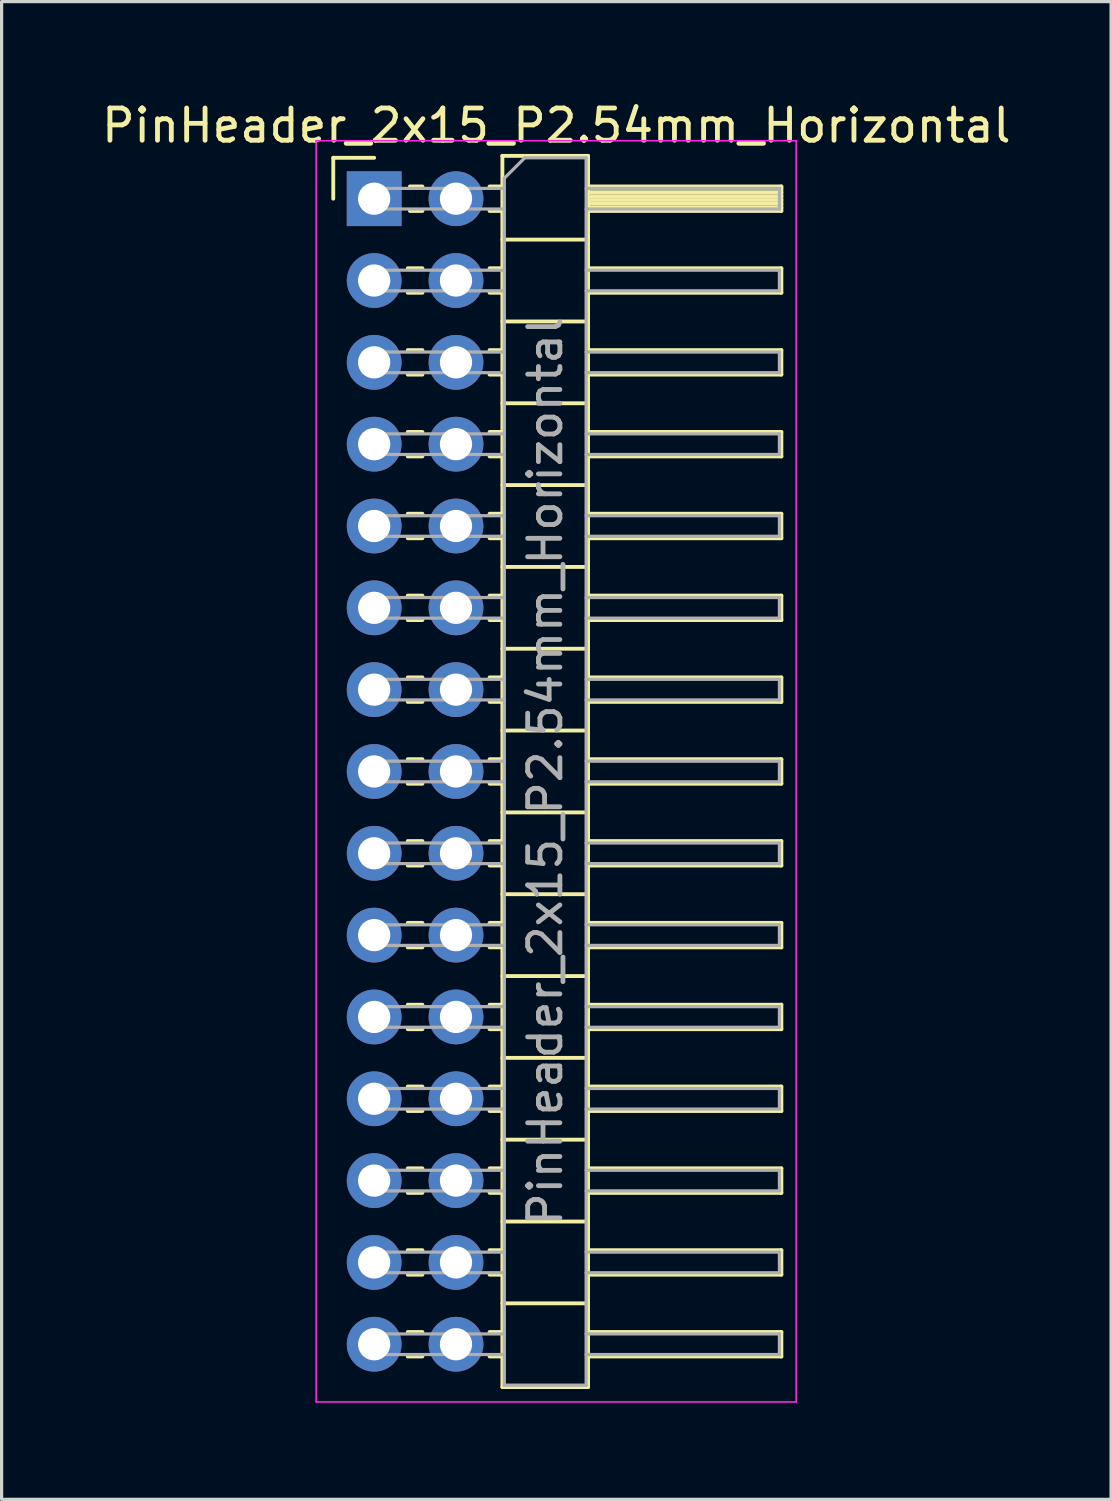
<source format=kicad_pcb>
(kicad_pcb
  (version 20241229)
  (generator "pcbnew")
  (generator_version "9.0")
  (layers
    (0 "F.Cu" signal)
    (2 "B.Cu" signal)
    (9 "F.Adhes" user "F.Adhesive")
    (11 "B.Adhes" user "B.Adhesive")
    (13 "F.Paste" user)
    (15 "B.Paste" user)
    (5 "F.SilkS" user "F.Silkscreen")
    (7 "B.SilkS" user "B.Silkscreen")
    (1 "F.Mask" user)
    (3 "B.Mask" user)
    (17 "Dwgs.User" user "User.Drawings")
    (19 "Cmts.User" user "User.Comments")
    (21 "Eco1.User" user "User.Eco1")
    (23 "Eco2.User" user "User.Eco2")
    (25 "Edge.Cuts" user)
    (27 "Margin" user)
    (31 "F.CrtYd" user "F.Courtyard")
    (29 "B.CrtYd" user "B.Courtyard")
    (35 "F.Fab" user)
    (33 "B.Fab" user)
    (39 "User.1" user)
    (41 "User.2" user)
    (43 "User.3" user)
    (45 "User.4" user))
  (footprint "PinHeader_2x15_P2.54mm_Horizontal"
    (layer "F.Cu")
    (at 8.565 3.118)
    (property "Reference" "PinHeader_2x15_P2.54mm_Horizontal" (at 5.655 -2.27 0) (layer "F.SilkS") (effects (font (size 1 1) (thickness 0.15))))
    (attr through_hole)
    (fp_line (start -1.27 -1.27) (end 0 -1.27) (stroke (width 0.12) (type solid)) (layer "F.SilkS"))
    (fp_line (start -1.27 0) (end -1.27 -1.27) (stroke (width 0.12) (type solid)) (layer "F.SilkS"))
    (fp_line (start 1.043 2.16) (end 1.497 2.16) (stroke (width 0.12) (type solid)) (layer "F.SilkS"))
    (fp_line (start 1.043 2.92) (end 1.497 2.92) (stroke (width 0.12) (type solid)) (layer "F.SilkS"))
    (fp_line (start 1.043 4.7) (end 1.497 4.7) (stroke (width 0.12) (type solid)) (layer "F.SilkS"))
    (fp_line (start 1.043 5.46) (end 1.497 5.46) (stroke (width 0.12) (type solid)) (layer "F.SilkS"))
    (fp_line (start 1.043 7.24) (end 1.497 7.24) (stroke (width 0.12) (type solid)) (layer "F.SilkS"))
    (fp_line (start 1.043 8) (end 1.497 8) (stroke (width 0.12) (type solid)) (layer "F.SilkS"))
    (fp_line (start 1.043 9.78) (end 1.497 9.78) (stroke (width 0.12) (type solid)) (layer "F.SilkS"))
    (fp_line (start 1.043 10.54) (end 1.497 10.54) (stroke (width 0.12) (type solid)) (layer "F.SilkS"))
    (fp_line (start 1.043 12.32) (end 1.497 12.32) (stroke (width 0.12) (type solid)) (layer "F.SilkS"))
    (fp_line (start 1.043 13.08) (end 1.497 13.08) (stroke (width 0.12) (type solid)) (layer "F.SilkS"))
    (fp_line (start 1.043 14.86) (end 1.497 14.86) (stroke (width 0.12) (type solid)) (layer "F.SilkS"))
    (fp_line (start 1.043 15.62) (end 1.497 15.62) (stroke (width 0.12) (type solid)) (layer "F.SilkS"))
    (fp_line (start 1.043 17.4) (end 1.497 17.4) (stroke (width 0.12) (type solid)) (layer "F.SilkS"))
    (fp_line (start 1.043 18.16) (end 1.497 18.16) (stroke (width 0.12) (type solid)) (layer "F.SilkS"))
    (fp_line (start 1.043 19.94) (end 1.497 19.94) (stroke (width 0.12) (type solid)) (layer "F.SilkS"))
    (fp_line (start 1.043 20.7) (end 1.497 20.7) (stroke (width 0.12) (type solid)) (layer "F.SilkS"))
    (fp_line (start 1.043 22.48) (end 1.497 22.48) (stroke (width 0.12) (type solid)) (layer "F.SilkS"))
    (fp_line (start 1.043 23.24) (end 1.497 23.24) (stroke (width 0.12) (type solid)) (layer "F.SilkS"))
    (fp_line (start 1.043 25.02) (end 1.497 25.02) (stroke (width 0.12) (type solid)) (layer "F.SilkS"))
    (fp_line (start 1.043 25.78) (end 1.497 25.78) (stroke (width 0.12) (type solid)) (layer "F.SilkS"))
    (fp_line (start 1.043 27.56) (end 1.497 27.56) (stroke (width 0.12) (type solid)) (layer "F.SilkS"))
    (fp_line (start 1.043 28.32) (end 1.497 28.32) (stroke (width 0.12) (type solid)) (layer "F.SilkS"))
    (fp_line (start 1.043 30.1) (end 1.497 30.1) (stroke (width 0.12) (type solid)) (layer "F.SilkS"))
    (fp_line (start 1.043 30.86) (end 1.497 30.86) (stroke (width 0.12) (type solid)) (layer "F.SilkS"))
    (fp_line (start 1.043 32.64) (end 1.497 32.64) (stroke (width 0.12) (type solid)) (layer "F.SilkS"))
    (fp_line (start 1.043 33.4) (end 1.497 33.4) (stroke (width 0.12) (type solid)) (layer "F.SilkS"))
    (fp_line (start 1.043 35.18) (end 1.497 35.18) (stroke (width 0.12) (type solid)) (layer "F.SilkS"))
    (fp_line (start 1.043 35.94) (end 1.497 35.94) (stroke (width 0.12) (type solid)) (layer "F.SilkS"))
    (fp_line (start 1.11 -0.38) (end 1.497 -0.38) (stroke (width 0.12) (type solid)) (layer "F.SilkS"))
    (fp_line (start 1.11 0.38) (end 1.497 0.38) (stroke (width 0.12) (type solid)) (layer "F.SilkS"))
    (fp_line (start 3.583 -0.38) (end 3.98 -0.38) (stroke (width 0.12) (type solid)) (layer "F.SilkS"))
    (fp_line (start 3.583 0.38) (end 3.98 0.38) (stroke (width 0.12) (type solid)) (layer "F.SilkS"))
    (fp_line (start 3.583 2.16) (end 3.98 2.16) (stroke (width 0.12) (type solid)) (layer "F.SilkS"))
    (fp_line (start 3.583 2.92) (end 3.98 2.92) (stroke (width 0.12) (type solid)) (layer "F.SilkS"))
    (fp_line (start 3.583 4.7) (end 3.98 4.7) (stroke (width 0.12) (type solid)) (layer "F.SilkS"))
    (fp_line (start 3.583 5.46) (end 3.98 5.46) (stroke (width 0.12) (type solid)) (layer "F.SilkS"))
    (fp_line (start 3.583 7.24) (end 3.98 7.24) (stroke (width 0.12) (type solid)) (layer "F.SilkS"))
    (fp_line (start 3.583 8) (end 3.98 8) (stroke (width 0.12) (type solid)) (layer "F.SilkS"))
    (fp_line (start 3.583 9.78) (end 3.98 9.78) (stroke (width 0.12) (type solid)) (layer "F.SilkS"))
    (fp_line (start 3.583 10.54) (end 3.98 10.54) (stroke (width 0.12) (type solid)) (layer "F.SilkS"))
    (fp_line (start 3.583 12.32) (end 3.98 12.32) (stroke (width 0.12) (type solid)) (layer "F.SilkS"))
    (fp_line (start 3.583 13.08) (end 3.98 13.08) (stroke (width 0.12) (type solid)) (layer "F.SilkS"))
    (fp_line (start 3.583 14.86) (end 3.98 14.86) (stroke (width 0.12) (type solid)) (layer "F.SilkS"))
    (fp_line (start 3.583 15.62) (end 3.98 15.62) (stroke (width 0.12) (type solid)) (layer "F.SilkS"))
    (fp_line (start 3.583 17.4) (end 3.98 17.4) (stroke (width 0.12) (type solid)) (layer "F.SilkS"))
    (fp_line (start 3.583 18.16) (end 3.98 18.16) (stroke (width 0.12) (type solid)) (layer "F.SilkS"))
    (fp_line (start 3.583 19.94) (end 3.98 19.94) (stroke (width 0.12) (type solid)) (layer "F.SilkS"))
    (fp_line (start 3.583 20.7) (end 3.98 20.7) (stroke (width 0.12) (type solid)) (layer "F.SilkS"))
    (fp_line (start 3.583 22.48) (end 3.98 22.48) (stroke (width 0.12) (type solid)) (layer "F.SilkS"))
    (fp_line (start 3.583 23.24) (end 3.98 23.24) (stroke (width 0.12) (type solid)) (layer "F.SilkS"))
    (fp_line (start 3.583 25.02) (end 3.98 25.02) (stroke (width 0.12) (type solid)) (layer "F.SilkS"))
    (fp_line (start 3.583 25.78) (end 3.98 25.78) (stroke (width 0.12) (type solid)) (layer "F.SilkS"))
    (fp_line (start 3.583 27.56) (end 3.98 27.56) (stroke (width 0.12) (type solid)) (layer "F.SilkS"))
    (fp_line (start 3.583 28.32) (end 3.98 28.32) (stroke (width 0.12) (type solid)) (layer "F.SilkS"))
    (fp_line (start 3.583 30.1) (end 3.98 30.1) (stroke (width 0.12) (type solid)) (layer "F.SilkS"))
    (fp_line (start 3.583 30.86) (end 3.98 30.86) (stroke (width 0.12) (type solid)) (layer "F.SilkS"))
    (fp_line (start 3.583 32.64) (end 3.98 32.64) (stroke (width 0.12) (type solid)) (layer "F.SilkS"))
    (fp_line (start 3.583 33.4) (end 3.98 33.4) (stroke (width 0.12) (type solid)) (layer "F.SilkS"))
    (fp_line (start 3.583 35.18) (end 3.98 35.18) (stroke (width 0.12) (type solid)) (layer "F.SilkS"))
    (fp_line (start 3.583 35.94) (end 3.98 35.94) (stroke (width 0.12) (type solid)) (layer "F.SilkS"))
    (fp_line (start 3.98 -1.33) (end 3.98 36.89) (stroke (width 0.12) (type solid)) (layer "F.SilkS"))
    (fp_line (start 3.98 1.27) (end 6.64 1.27) (stroke (width 0.12) (type solid)) (layer "F.SilkS"))
    (fp_line (start 3.98 3.81) (end 6.64 3.81) (stroke (width 0.12) (type solid)) (layer "F.SilkS"))
    (fp_line (start 3.98 6.35) (end 6.64 6.35) (stroke (width 0.12) (type solid)) (layer "F.SilkS"))
    (fp_line (start 3.98 8.89) (end 6.64 8.89) (stroke (width 0.12) (type solid)) (layer "F.SilkS"))
    (fp_line (start 3.98 11.43) (end 6.64 11.43) (stroke (width 0.12) (type solid)) (layer "F.SilkS"))
    (fp_line (start 3.98 13.97) (end 6.64 13.97) (stroke (width 0.12) (type solid)) (layer "F.SilkS"))
    (fp_line (start 3.98 16.51) (end 6.64 16.51) (stroke (width 0.12) (type solid)) (layer "F.SilkS"))
    (fp_line (start 3.98 19.05) (end 6.64 19.05) (stroke (width 0.12) (type solid)) (layer "F.SilkS"))
    (fp_line (start 3.98 21.59) (end 6.64 21.59) (stroke (width 0.12) (type solid)) (layer "F.SilkS"))
    (fp_line (start 3.98 24.13) (end 6.64 24.13) (stroke (width 0.12) (type solid)) (layer "F.SilkS"))
    (fp_line (start 3.98 26.67) (end 6.64 26.67) (stroke (width 0.12) (type solid)) (layer "F.SilkS"))
    (fp_line (start 3.98 29.21) (end 6.64 29.21) (stroke (width 0.12) (type solid)) (layer "F.SilkS"))
    (fp_line (start 3.98 31.75) (end 6.64 31.75) (stroke (width 0.12) (type solid)) (layer "F.SilkS"))
    (fp_line (start 3.98 34.29) (end 6.64 34.29) (stroke (width 0.12) (type solid)) (layer "F.SilkS"))
    (fp_line (start 3.98 36.89) (end 6.64 36.89) (stroke (width 0.12) (type solid)) (layer "F.SilkS"))
    (fp_line (start 6.64 -1.33) (end 3.98 -1.33) (stroke (width 0.12) (type solid)) (layer "F.SilkS"))
    (fp_line (start 6.64 -0.38) (end 12.64 -0.38) (stroke (width 0.12) (type solid)) (layer "F.SilkS"))
    (fp_line (start 6.64 -0.32) (end 12.64 -0.32) (stroke (width 0.12) (type solid)) (layer "F.SilkS"))
    (fp_line (start 6.64 -0.2) (end 12.64 -0.2) (stroke (width 0.12) (type solid)) (layer "F.SilkS"))
    (fp_line (start 6.64 -0.08) (end 12.64 -0.08) (stroke (width 0.12) (type solid)) (layer "F.SilkS"))
    (fp_line (start 6.64 0.04) (end 12.64 0.04) (stroke (width 0.12) (type solid)) (layer "F.SilkS"))
    (fp_line (start 6.64 0.16) (end 12.64 0.16) (stroke (width 0.12) (type solid)) (layer "F.SilkS"))
    (fp_line (start 6.64 0.28) (end 12.64 0.28) (stroke (width 0.12) (type solid)) (layer "F.SilkS"))
    (fp_line (start 6.64 2.16) (end 12.64 2.16) (stroke (width 0.12) (type solid)) (layer "F.SilkS"))
    (fp_line (start 6.64 4.7) (end 12.64 4.7) (stroke (width 0.12) (type solid)) (layer "F.SilkS"))
    (fp_line (start 6.64 7.24) (end 12.64 7.24) (stroke (width 0.12) (type solid)) (layer "F.SilkS"))
    (fp_line (start 6.64 9.78) (end 12.64 9.78) (stroke (width 0.12) (type solid)) (layer "F.SilkS"))
    (fp_line (start 6.64 12.32) (end 12.64 12.32) (stroke (width 0.12) (type solid)) (layer "F.SilkS"))
    (fp_line (start 6.64 14.86) (end 12.64 14.86) (stroke (width 0.12) (type solid)) (layer "F.SilkS"))
    (fp_line (start 6.64 17.4) (end 12.64 17.4) (stroke (width 0.12) (type solid)) (layer "F.SilkS"))
    (fp_line (start 6.64 19.94) (end 12.64 19.94) (stroke (width 0.12) (type solid)) (layer "F.SilkS"))
    (fp_line (start 6.64 22.48) (end 12.64 22.48) (stroke (width 0.12) (type solid)) (layer "F.SilkS"))
    (fp_line (start 6.64 25.02) (end 12.64 25.02) (stroke (width 0.12) (type solid)) (layer "F.SilkS"))
    (fp_line (start 6.64 27.56) (end 12.64 27.56) (stroke (width 0.12) (type solid)) (layer "F.SilkS"))
    (fp_line (start 6.64 30.1) (end 12.64 30.1) (stroke (width 0.12) (type solid)) (layer "F.SilkS"))
    (fp_line (start 6.64 32.64) (end 12.64 32.64) (stroke (width 0.12) (type solid)) (layer "F.SilkS"))
    (fp_line (start 6.64 35.18) (end 12.64 35.18) (stroke (width 0.12) (type solid)) (layer "F.SilkS"))
    (fp_line (start 6.64 36.89) (end 6.64 -1.33) (stroke (width 0.12) (type solid)) (layer "F.SilkS"))
    (fp_line (start 12.64 -0.38) (end 12.64 0.38) (stroke (width 0.12) (type solid)) (layer "F.SilkS"))
    (fp_line (start 12.64 0.38) (end 6.64 0.38) (stroke (width 0.12) (type solid)) (layer "F.SilkS"))
    (fp_line (start 12.64 2.16) (end 12.64 2.92) (stroke (width 0.12) (type solid)) (layer "F.SilkS"))
    (fp_line (start 12.64 2.92) (end 6.64 2.92) (stroke (width 0.12) (type solid)) (layer "F.SilkS"))
    (fp_line (start 12.64 4.7) (end 12.64 5.46) (stroke (width 0.12) (type solid)) (layer "F.SilkS"))
    (fp_line (start 12.64 5.46) (end 6.64 5.46) (stroke (width 0.12) (type solid)) (layer "F.SilkS"))
    (fp_line (start 12.64 7.24) (end 12.64 8) (stroke (width 0.12) (type solid)) (layer "F.SilkS"))
    (fp_line (start 12.64 8) (end 6.64 8) (stroke (width 0.12) (type solid)) (layer "F.SilkS"))
    (fp_line (start 12.64 9.78) (end 12.64 10.54) (stroke (width 0.12) (type solid)) (layer "F.SilkS"))
    (fp_line (start 12.64 10.54) (end 6.64 10.54) (stroke (width 0.12) (type solid)) (layer "F.SilkS"))
    (fp_line (start 12.64 12.32) (end 12.64 13.08) (stroke (width 0.12) (type solid)) (layer "F.SilkS"))
    (fp_line (start 12.64 13.08) (end 6.64 13.08) (stroke (width 0.12) (type solid)) (layer "F.SilkS"))
    (fp_line (start 12.64 14.86) (end 12.64 15.62) (stroke (width 0.12) (type solid)) (layer "F.SilkS"))
    (fp_line (start 12.64 15.62) (end 6.64 15.62) (stroke (width 0.12) (type solid)) (layer "F.SilkS"))
    (fp_line (start 12.64 17.4) (end 12.64 18.16) (stroke (width 0.12) (type solid)) (layer "F.SilkS"))
    (fp_line (start 12.64 18.16) (end 6.64 18.16) (stroke (width 0.12) (type solid)) (layer "F.SilkS"))
    (fp_line (start 12.64 19.94) (end 12.64 20.7) (stroke (width 0.12) (type solid)) (layer "F.SilkS"))
    (fp_line (start 12.64 20.7) (end 6.64 20.7) (stroke (width 0.12) (type solid)) (layer "F.SilkS"))
    (fp_line (start 12.64 22.48) (end 12.64 23.24) (stroke (width 0.12) (type solid)) (layer "F.SilkS"))
    (fp_line (start 12.64 23.24) (end 6.64 23.24) (stroke (width 0.12) (type solid)) (layer "F.SilkS"))
    (fp_line (start 12.64 25.02) (end 12.64 25.78) (stroke (width 0.12) (type solid)) (layer "F.SilkS"))
    (fp_line (start 12.64 25.78) (end 6.64 25.78) (stroke (width 0.12) (type solid)) (layer "F.SilkS"))
    (fp_line (start 12.64 27.56) (end 12.64 28.32) (stroke (width 0.12) (type solid)) (layer "F.SilkS"))
    (fp_line (start 12.64 28.32) (end 6.64 28.32) (stroke (width 0.12) (type solid)) (layer "F.SilkS"))
    (fp_line (start 12.64 30.1) (end 12.64 30.86) (stroke (width 0.12) (type solid)) (layer "F.SilkS"))
    (fp_line (start 12.64 30.86) (end 6.64 30.86) (stroke (width 0.12) (type solid)) (layer "F.SilkS"))
    (fp_line (start 12.64 32.64) (end 12.64 33.4) (stroke (width 0.12) (type solid)) (layer "F.SilkS"))
    (fp_line (start 12.64 33.4) (end 6.64 33.4) (stroke (width 0.12) (type solid)) (layer "F.SilkS"))
    (fp_line (start 12.64 35.18) (end 12.64 35.94) (stroke (width 0.12) (type solid)) (layer "F.SilkS"))
    (fp_line (start 12.64 35.94) (end 6.64 35.94) (stroke (width 0.12) (type solid)) (layer "F.SilkS"))
    (fp_line (start -1.8 -1.8) (end -1.8 37.35) (stroke (width 0.05) (type solid)) (layer "F.CrtYd"))
    (fp_line (start -1.8 37.35) (end 13.1 37.35) (stroke (width 0.05) (type solid)) (layer "F.CrtYd"))
    (fp_line (start 13.1 -1.8) (end -1.8 -1.8) (stroke (width 0.05) (type solid)) (layer "F.CrtYd"))
    (fp_line (start 13.1 37.35) (end 13.1 -1.8) (stroke (width 0.05) (type solid)) (layer "F.CrtYd"))
    (fp_line (start -0.32 -0.32) (end -0.32 0.32) (stroke (width 0.1) (type solid)) (layer "F.Fab"))
    (fp_line (start -0.32 -0.32) (end 4.04 -0.32) (stroke (width 0.1) (type solid)) (layer "F.Fab"))
    (fp_line (start -0.32 0.32) (end 4.04 0.32) (stroke (width 0.1) (type solid)) (layer "F.Fab"))
    (fp_line (start -0.32 2.22) (end -0.32 2.86) (stroke (width 0.1) (type solid)) (layer "F.Fab"))
    (fp_line (start -0.32 2.22) (end 4.04 2.22) (stroke (width 0.1) (type solid)) (layer "F.Fab"))
    (fp_line (start -0.32 2.86) (end 4.04 2.86) (stroke (width 0.1) (type solid)) (layer "F.Fab"))
    (fp_line (start -0.32 4.76) (end -0.32 5.4) (stroke (width 0.1) (type solid)) (layer "F.Fab"))
    (fp_line (start -0.32 4.76) (end 4.04 4.76) (stroke (width 0.1) (type solid)) (layer "F.Fab"))
    (fp_line (start -0.32 5.4) (end 4.04 5.4) (stroke (width 0.1) (type solid)) (layer "F.Fab"))
    (fp_line (start -0.32 7.3) (end -0.32 7.94) (stroke (width 0.1) (type solid)) (layer "F.Fab"))
    (fp_line (start -0.32 7.3) (end 4.04 7.3) (stroke (width 0.1) (type solid)) (layer "F.Fab"))
    (fp_line (start -0.32 7.94) (end 4.04 7.94) (stroke (width 0.1) (type solid)) (layer "F.Fab"))
    (fp_line (start -0.32 9.84) (end -0.32 10.48) (stroke (width 0.1) (type solid)) (layer "F.Fab"))
    (fp_line (start -0.32 9.84) (end 4.04 9.84) (stroke (width 0.1) (type solid)) (layer "F.Fab"))
    (fp_line (start -0.32 10.48) (end 4.04 10.48) (stroke (width 0.1) (type solid)) (layer "F.Fab"))
    (fp_line (start -0.32 12.38) (end -0.32 13.02) (stroke (width 0.1) (type solid)) (layer "F.Fab"))
    (fp_line (start -0.32 12.38) (end 4.04 12.38) (stroke (width 0.1) (type solid)) (layer "F.Fab"))
    (fp_line (start -0.32 13.02) (end 4.04 13.02) (stroke (width 0.1) (type solid)) (layer "F.Fab"))
    (fp_line (start -0.32 14.92) (end -0.32 15.56) (stroke (width 0.1) (type solid)) (layer "F.Fab"))
    (fp_line (start -0.32 14.92) (end 4.04 14.92) (stroke (width 0.1) (type solid)) (layer "F.Fab"))
    (fp_line (start -0.32 15.56) (end 4.04 15.56) (stroke (width 0.1) (type solid)) (layer "F.Fab"))
    (fp_line (start -0.32 17.46) (end -0.32 18.1) (stroke (width 0.1) (type solid)) (layer "F.Fab"))
    (fp_line (start -0.32 17.46) (end 4.04 17.46) (stroke (width 0.1) (type solid)) (layer "F.Fab"))
    (fp_line (start -0.32 18.1) (end 4.04 18.1) (stroke (width 0.1) (type solid)) (layer "F.Fab"))
    (fp_line (start -0.32 20) (end -0.32 20.64) (stroke (width 0.1) (type solid)) (layer "F.Fab"))
    (fp_line (start -0.32 20) (end 4.04 20) (stroke (width 0.1) (type solid)) (layer "F.Fab"))
    (fp_line (start -0.32 20.64) (end 4.04 20.64) (stroke (width 0.1) (type solid)) (layer "F.Fab"))
    (fp_line (start -0.32 22.54) (end -0.32 23.18) (stroke (width 0.1) (type solid)) (layer "F.Fab"))
    (fp_line (start -0.32 22.54) (end 4.04 22.54) (stroke (width 0.1) (type solid)) (layer "F.Fab"))
    (fp_line (start -0.32 23.18) (end 4.04 23.18) (stroke (width 0.1) (type solid)) (layer "F.Fab"))
    (fp_line (start -0.32 25.08) (end -0.32 25.72) (stroke (width 0.1) (type solid)) (layer "F.Fab"))
    (fp_line (start -0.32 25.08) (end 4.04 25.08) (stroke (width 0.1) (type solid)) (layer "F.Fab"))
    (fp_line (start -0.32 25.72) (end 4.04 25.72) (stroke (width 0.1) (type solid)) (layer "F.Fab"))
    (fp_line (start -0.32 27.62) (end -0.32 28.26) (stroke (width 0.1) (type solid)) (layer "F.Fab"))
    (fp_line (start -0.32 27.62) (end 4.04 27.62) (stroke (width 0.1) (type solid)) (layer "F.Fab"))
    (fp_line (start -0.32 28.26) (end 4.04 28.26) (stroke (width 0.1) (type solid)) (layer "F.Fab"))
    (fp_line (start -0.32 30.16) (end -0.32 30.8) (stroke (width 0.1) (type solid)) (layer "F.Fab"))
    (fp_line (start -0.32 30.16) (end 4.04 30.16) (stroke (width 0.1) (type solid)) (layer "F.Fab"))
    (fp_line (start -0.32 30.8) (end 4.04 30.8) (stroke (width 0.1) (type solid)) (layer "F.Fab"))
    (fp_line (start -0.32 32.7) (end -0.32 33.34) (stroke (width 0.1) (type solid)) (layer "F.Fab"))
    (fp_line (start -0.32 32.7) (end 4.04 32.7) (stroke (width 0.1) (type solid)) (layer "F.Fab"))
    (fp_line (start -0.32 33.34) (end 4.04 33.34) (stroke (width 0.1) (type solid)) (layer "F.Fab"))
    (fp_line (start -0.32 35.24) (end -0.32 35.88) (stroke (width 0.1) (type solid)) (layer "F.Fab"))
    (fp_line (start -0.32 35.24) (end 4.04 35.24) (stroke (width 0.1) (type solid)) (layer "F.Fab"))
    (fp_line (start -0.32 35.88) (end 4.04 35.88) (stroke (width 0.1) (type solid)) (layer "F.Fab"))
    (fp_line (start 4.04 -0.635) (end 4.675 -1.27) (stroke (width 0.1) (type solid)) (layer "F.Fab"))
    (fp_line (start 4.04 36.83) (end 4.04 -0.635) (stroke (width 0.1) (type solid)) (layer "F.Fab"))
    (fp_line (start 4.675 -1.27) (end 6.58 -1.27) (stroke (width 0.1) (type solid)) (layer "F.Fab"))
    (fp_line (start 6.58 -1.27) (end 6.58 36.83) (stroke (width 0.1) (type solid)) (layer "F.Fab"))
    (fp_line (start 6.58 -0.32) (end 12.58 -0.32) (stroke (width 0.1) (type solid)) (layer "F.Fab"))
    (fp_line (start 6.58 0.32) (end 12.58 0.32) (stroke (width 0.1) (type solid)) (layer "F.Fab"))
    (fp_line (start 6.58 2.22) (end 12.58 2.22) (stroke (width 0.1) (type solid)) (layer "F.Fab"))
    (fp_line (start 6.58 2.86) (end 12.58 2.86) (stroke (width 0.1) (type solid)) (layer "F.Fab"))
    (fp_line (start 6.58 4.76) (end 12.58 4.76) (stroke (width 0.1) (type solid)) (layer "F.Fab"))
    (fp_line (start 6.58 5.4) (end 12.58 5.4) (stroke (width 0.1) (type solid)) (layer "F.Fab"))
    (fp_line (start 6.58 7.3) (end 12.58 7.3) (stroke (width 0.1) (type solid)) (layer "F.Fab"))
    (fp_line (start 6.58 7.94) (end 12.58 7.94) (stroke (width 0.1) (type solid)) (layer "F.Fab"))
    (fp_line (start 6.58 9.84) (end 12.58 9.84) (stroke (width 0.1) (type solid)) (layer "F.Fab"))
    (fp_line (start 6.58 10.48) (end 12.58 10.48) (stroke (width 0.1) (type solid)) (layer "F.Fab"))
    (fp_line (start 6.58 12.38) (end 12.58 12.38) (stroke (width 0.1) (type solid)) (layer "F.Fab"))
    (fp_line (start 6.58 13.02) (end 12.58 13.02) (stroke (width 0.1) (type solid)) (layer "F.Fab"))
    (fp_line (start 6.58 14.92) (end 12.58 14.92) (stroke (width 0.1) (type solid)) (layer "F.Fab"))
    (fp_line (start 6.58 15.56) (end 12.58 15.56) (stroke (width 0.1) (type solid)) (layer "F.Fab"))
    (fp_line (start 6.58 17.46) (end 12.58 17.46) (stroke (width 0.1) (type solid)) (layer "F.Fab"))
    (fp_line (start 6.58 18.1) (end 12.58 18.1) (stroke (width 0.1) (type solid)) (layer "F.Fab"))
    (fp_line (start 6.58 20) (end 12.58 20) (stroke (width 0.1) (type solid)) (layer "F.Fab"))
    (fp_line (start 6.58 20.64) (end 12.58 20.64) (stroke (width 0.1) (type solid)) (layer "F.Fab"))
    (fp_line (start 6.58 22.54) (end 12.58 22.54) (stroke (width 0.1) (type solid)) (layer "F.Fab"))
    (fp_line (start 6.58 23.18) (end 12.58 23.18) (stroke (width 0.1) (type solid)) (layer "F.Fab"))
    (fp_line (start 6.58 25.08) (end 12.58 25.08) (stroke (width 0.1) (type solid)) (layer "F.Fab"))
    (fp_line (start 6.58 25.72) (end 12.58 25.72) (stroke (width 0.1) (type solid)) (layer "F.Fab"))
    (fp_line (start 6.58 27.62) (end 12.58 27.62) (stroke (width 0.1) (type solid)) (layer "F.Fab"))
    (fp_line (start 6.58 28.26) (end 12.58 28.26) (stroke (width 0.1) (type solid)) (layer "F.Fab"))
    (fp_line (start 6.58 30.16) (end 12.58 30.16) (stroke (width 0.1) (type solid)) (layer "F.Fab"))
    (fp_line (start 6.58 30.8) (end 12.58 30.8) (stroke (width 0.1) (type solid)) (layer "F.Fab"))
    (fp_line (start 6.58 32.7) (end 12.58 32.7) (stroke (width 0.1) (type solid)) (layer "F.Fab"))
    (fp_line (start 6.58 33.34) (end 12.58 33.34) (stroke (width 0.1) (type solid)) (layer "F.Fab"))
    (fp_line (start 6.58 35.24) (end 12.58 35.24) (stroke (width 0.1) (type solid)) (layer "F.Fab"))
    (fp_line (start 6.58 35.88) (end 12.58 35.88) (stroke (width 0.1) (type solid)) (layer "F.Fab"))
    (fp_line (start 6.58 36.83) (end 4.04 36.83) (stroke (width 0.1) (type solid)) (layer "F.Fab"))
    (fp_line (start 12.58 -0.32) (end 12.58 0.32) (stroke (width 0.1) (type solid)) (layer "F.Fab"))
    (fp_line (start 12.58 2.22) (end 12.58 2.86) (stroke (width 0.1) (type solid)) (layer "F.Fab"))
    (fp_line (start 12.58 4.76) (end 12.58 5.4) (stroke (width 0.1) (type solid)) (layer "F.Fab"))
    (fp_line (start 12.58 7.3) (end 12.58 7.94) (stroke (width 0.1) (type solid)) (layer "F.Fab"))
    (fp_line (start 12.58 9.84) (end 12.58 10.48) (stroke (width 0.1) (type solid)) (layer "F.Fab"))
    (fp_line (start 12.58 12.38) (end 12.58 13.02) (stroke (width 0.1) (type solid)) (layer "F.Fab"))
    (fp_line (start 12.58 14.92) (end 12.58 15.56) (stroke (width 0.1) (type solid)) (layer "F.Fab"))
    (fp_line (start 12.58 17.46) (end 12.58 18.1) (stroke (width 0.1) (type solid)) (layer "F.Fab"))
    (fp_line (start 12.58 20) (end 12.58 20.64) (stroke (width 0.1) (type solid)) (layer "F.Fab"))
    (fp_line (start 12.58 22.54) (end 12.58 23.18) (stroke (width 0.1) (type solid)) (layer "F.Fab"))
    (fp_line (start 12.58 25.08) (end 12.58 25.72) (stroke (width 0.1) (type solid)) (layer "F.Fab"))
    (fp_line (start 12.58 27.62) (end 12.58 28.26) (stroke (width 0.1) (type solid)) (layer "F.Fab"))
    (fp_line (start 12.58 30.16) (end 12.58 30.8) (stroke (width 0.1) (type solid)) (layer "F.Fab"))
    (fp_line (start 12.58 32.7) (end 12.58 33.34) (stroke (width 0.1) (type solid)) (layer "F.Fab"))
    (fp_line (start 12.58 35.24) (end 12.58 35.88) (stroke (width 0.1) (type solid)) (layer "F.Fab"))
    (fp_text user "${REFERENCE}" (at 5.31 17.78 90) (layer "F.Fab") (effects (font (size 1 1) (thickness 0.15))))
    (pad "1" thru_hole rect (at 0 0) (size 1.7 1.7) (drill 1) (layers "*.Cu" "*.Mask"))
    (pad "2" thru_hole oval (at 2.54 0) (size 1.7 1.7) (drill 1) (layers "*.Cu" "*.Mask"))
    (pad "3" thru_hole oval (at 0 2.54) (size 1.7 1.7) (drill 1) (layers "*.Cu" "*.Mask"))
    (pad "4" thru_hole oval (at 2.54 2.54) (size 1.7 1.7) (drill 1) (layers "*.Cu" "*.Mask"))
    (pad "5" thru_hole oval (at 0 5.08) (size 1.7 1.7) (drill 1) (layers "*.Cu" "*.Mask"))
    (pad "6" thru_hole oval (at 2.54 5.08) (size 1.7 1.7) (drill 1) (layers "*.Cu" "*.Mask"))
    (pad "7" thru_hole oval (at 0 7.62) (size 1.7 1.7) (drill 1) (layers "*.Cu" "*.Mask"))
    (pad "8" thru_hole oval (at 2.54 7.62) (size 1.7 1.7) (drill 1) (layers "*.Cu" "*.Mask"))
    (pad "9" thru_hole oval (at 0 10.16) (size 1.7 1.7) (drill 1) (layers "*.Cu" "*.Mask"))
    (pad "10" thru_hole oval (at 2.54 10.16) (size 1.7 1.7) (drill 1) (layers "*.Cu" "*.Mask"))
    (pad "11" thru_hole oval (at 0 12.7) (size 1.7 1.7) (drill 1) (layers "*.Cu" "*.Mask"))
    (pad "12" thru_hole oval (at 2.54 12.7) (size 1.7 1.7) (drill 1) (layers "*.Cu" "*.Mask"))
    (pad "13" thru_hole oval (at 0 15.24) (size 1.7 1.7) (drill 1) (layers "*.Cu" "*.Mask"))
    (pad "14" thru_hole oval (at 2.54 15.24) (size 1.7 1.7) (drill 1) (layers "*.Cu" "*.Mask"))
    (pad "15" thru_hole oval (at 0 17.78) (size 1.7 1.7) (drill 1) (layers "*.Cu" "*.Mask"))
    (pad "16" thru_hole oval (at 2.54 17.78) (size 1.7 1.7) (drill 1) (layers "*.Cu" "*.Mask"))
    (pad "17" thru_hole oval (at 0 20.32) (size 1.7 1.7) (drill 1) (layers "*.Cu" "*.Mask"))
    (pad "18" thru_hole oval (at 2.54 20.32) (size 1.7 1.7) (drill 1) (layers "*.Cu" "*.Mask"))
    (pad "19" thru_hole oval (at 0 22.86) (size 1.7 1.7) (drill 1) (layers "*.Cu" "*.Mask"))
    (pad "20" thru_hole oval (at 2.54 22.86) (size 1.7 1.7) (drill 1) (layers "*.Cu" "*.Mask"))
    (pad "21" thru_hole oval (at 0 25.4) (size 1.7 1.7) (drill 1) (layers "*.Cu" "*.Mask"))
    (pad "22" thru_hole oval (at 2.54 25.4) (size 1.7 1.7) (drill 1) (layers "*.Cu" "*.Mask"))
    (pad "23" thru_hole oval (at 0 27.94) (size 1.7 1.7) (drill 1) (layers "*.Cu" "*.Mask"))
    (pad "24" thru_hole oval (at 2.54 27.94) (size 1.7 1.7) (drill 1) (layers "*.Cu" "*.Mask"))
    (pad "25" thru_hole oval (at 0 30.48) (size 1.7 1.7) (drill 1) (layers "*.Cu" "*.Mask"))
    (pad "26" thru_hole oval (at 2.54 30.48) (size 1.7 1.7) (drill 1) (layers "*.Cu" "*.Mask"))
    (pad "27" thru_hole oval (at 0 33.02) (size 1.7 1.7) (drill 1) (layers "*.Cu" "*.Mask"))
    (pad "28" thru_hole oval (at 2.54 33.02) (size 1.7 1.7) (drill 1) (layers "*.Cu" "*.Mask"))
    (pad "29" thru_hole oval (at 0 35.56) (size 1.7 1.7) (drill 1) (layers "*.Cu" "*.Mask"))
    (pad "30" thru_hole oval (at 2.54 35.56) (size 1.7 1.7) (drill 1) (layers "*.Cu" "*.Mask")))
  (gr_rect
    (start -3 -3)
    (end 31.44 43.493)
    (stroke (width 0.1) (type default))
    (fill no)
    (layer "Edge.Cuts")))
</source>
